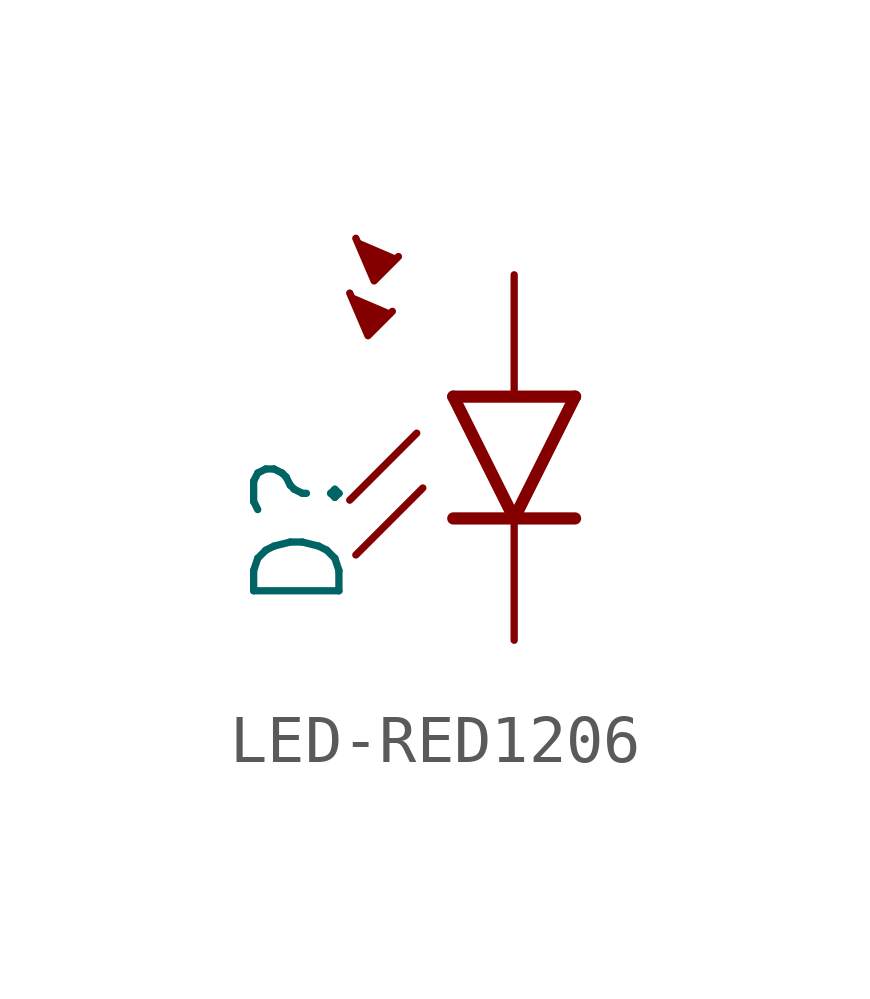
<source format=kicad_sym>
(kicad_symbol_lib
  (version 20241209)
  (generator "kicad_symbol_editor")
  (generator_version "9.0")
  (symbol "LED-RED1206"
    (property "Reference" "D"
      (at -3.429 -4.572 90)
      (effects (font (size 1.778 1.778)) (justify left bottom)))
    (property "Value" ""
      (at 1.905 -4.572 90)
      (effects (font (size 1.778 1.778)) (justify left top)))
    (property "ki_locked" ""
      (at 0 0 0)
      (effects (font (size 1.27 1.27))))
    (symbol "LED-RED1206_1_0"
      (polyline (pts (xy -3.429 2.159) (xy -3.048 1.27) (xy -2.54 1.778)) (stroke (width 0.152) (type solid)) (fill (type outline)))
      (polyline (pts (xy -3.302 3.302) (xy -2.921 2.413) (xy -2.413 2.921)) (stroke (width 0.152) (type solid)) (fill (type outline)))
      (polyline (pts (xy -2.032 -0.762) (xy -3.429 -2.159)) (stroke (width 0.152) (type solid)) (fill (type none)))
      (polyline (pts (xy -1.905 -1.905) (xy -3.302 -3.302)) (stroke (width 0.152) (type solid)) (fill (type none)))
      (polyline (pts (xy 0 -2.54) (xy -1.27 0)) (stroke (width 0.254) (type solid)) (fill (type none)))
      (polyline (pts (xy 0 -2.54) (xy -1.27 -2.54)) (stroke (width 0.254) (type solid)) (fill (type none)))
      (polyline (pts (xy 1.27 0) (xy -1.27 0)) (stroke (width 0.254) (type solid)) (fill (type none)))
      (polyline (pts (xy 1.27 0) (xy 0 -2.54)) (stroke (width 0.254) (type solid)) (fill (type none)))
      (polyline (pts (xy 1.27 -2.54) (xy 0 -2.54)) (stroke (width 0.254) (type solid)) (fill (type none)))
      (pin passive line (at 0 2.54 270) (length 2.54) (name "A" (effects (font (size 0 0)))) (number "A" (effects (font (size 0 0)))))
      (pin passive line (at 0 -5.08 90) (length 2.54) (name "C" (effects (font (size 0 0)))) (number "C" (effects (font (size 0 0))))))))
</source>
